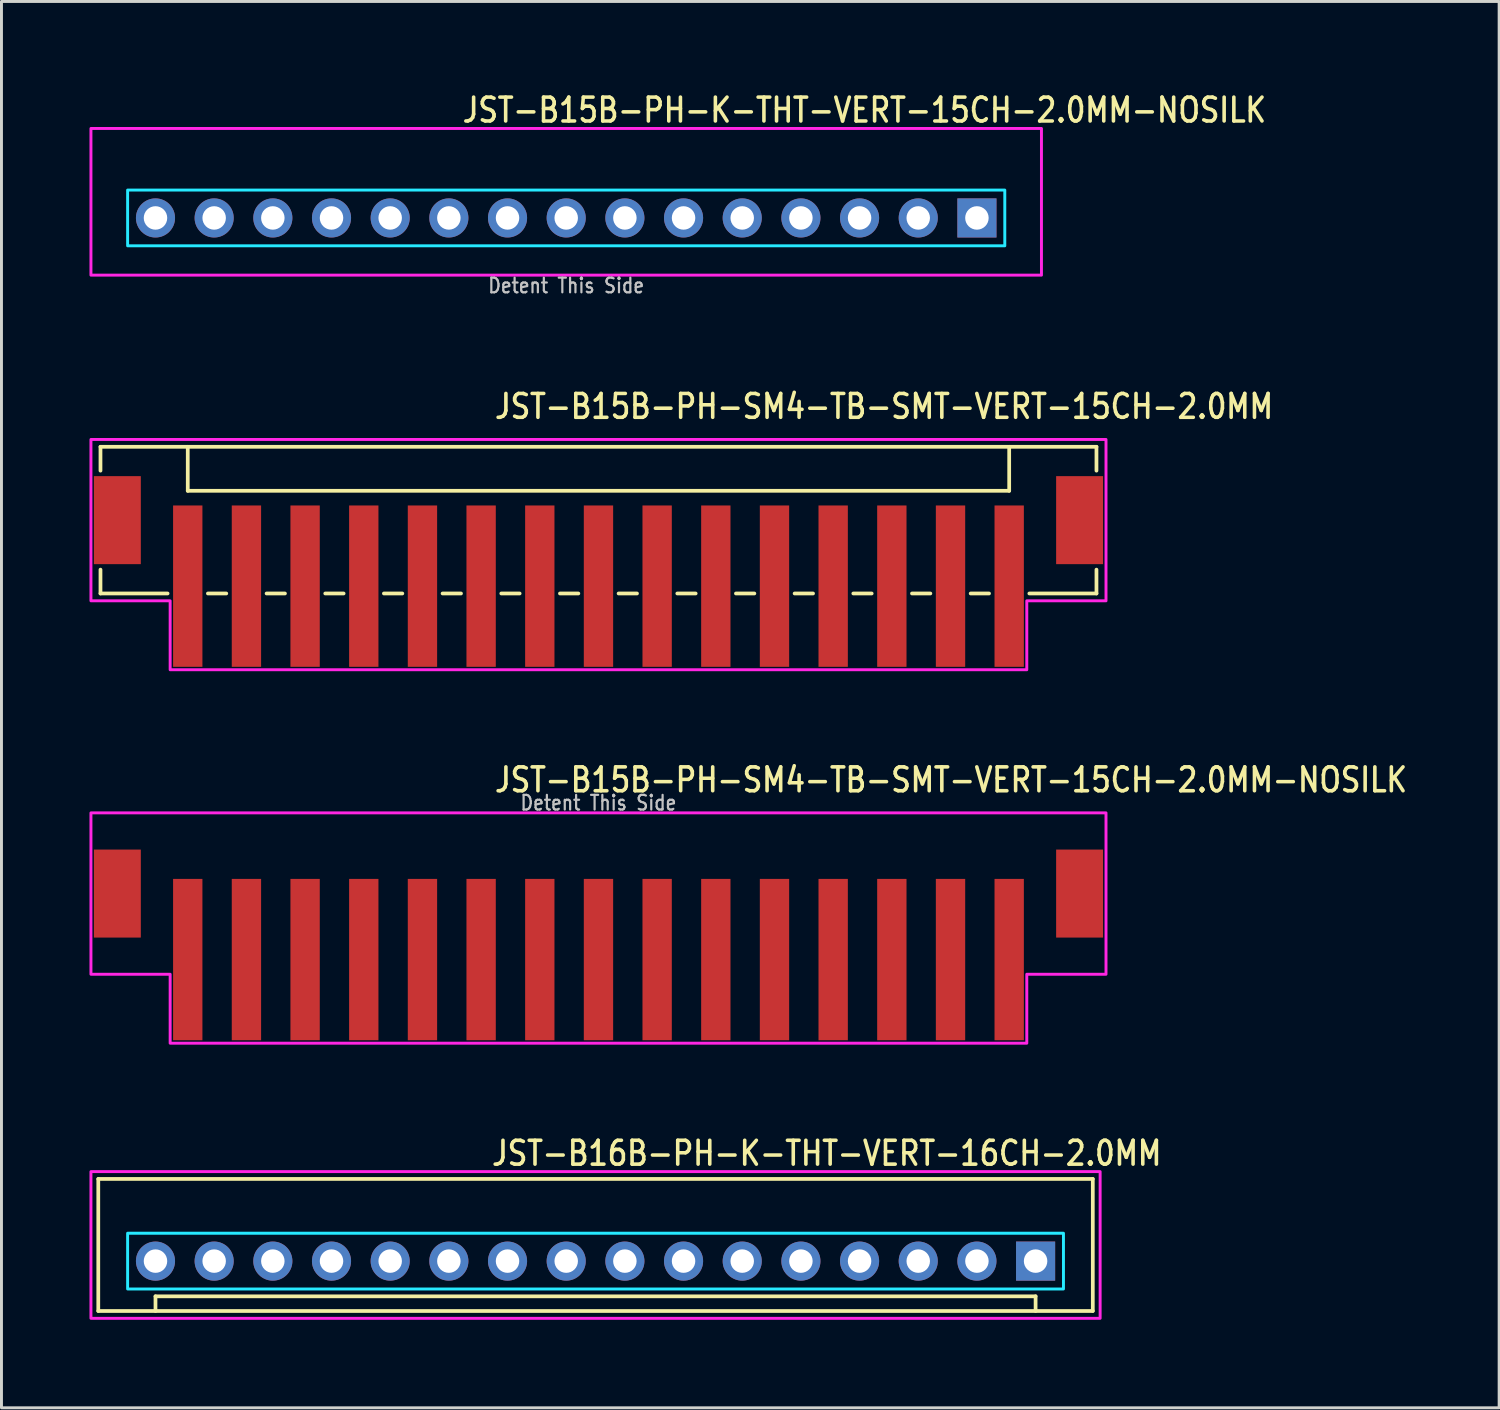
<source format=kicad_pcb>
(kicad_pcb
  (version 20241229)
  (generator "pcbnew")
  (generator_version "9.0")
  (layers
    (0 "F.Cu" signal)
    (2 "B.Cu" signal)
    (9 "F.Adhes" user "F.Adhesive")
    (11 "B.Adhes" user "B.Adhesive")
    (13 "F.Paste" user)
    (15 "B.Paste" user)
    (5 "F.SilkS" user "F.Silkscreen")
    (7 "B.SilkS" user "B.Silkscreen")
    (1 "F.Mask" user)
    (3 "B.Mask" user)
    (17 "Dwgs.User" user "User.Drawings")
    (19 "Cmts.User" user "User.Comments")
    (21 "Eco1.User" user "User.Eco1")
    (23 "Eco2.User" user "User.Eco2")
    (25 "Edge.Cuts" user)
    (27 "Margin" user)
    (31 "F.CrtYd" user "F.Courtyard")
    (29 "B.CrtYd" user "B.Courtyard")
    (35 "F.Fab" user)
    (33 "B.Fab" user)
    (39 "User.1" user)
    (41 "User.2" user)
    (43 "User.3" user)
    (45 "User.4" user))
  (footprint "JST-B15B-PH-K-THT-VERT-15CH-2.0MM-NOSILK"
    (layer "F.Cu")
    (at 16.25 4.379)
    (property "Reference" "JST-B15B-PH-K-THT-VERT-15CH-2.0MM-NOSILK" (at -3.6 -3.2 0) (unlocked yes) (layer "F.SilkS") (effects (font (size 0.813 0.695) (thickness 0.122)) (justify left bottom)))
    (fp_poly (pts (xy -14.95 -0.95) (xy -14.95 0.95) (xy 14.95 0.95) (xy 14.95 -0.95)) (stroke (width 0.1) (type solid)) (fill no) (layer "B.CrtYd"))
    (fp_poly (pts (xy -16.2 1.95) (xy -16.2 -3.05) (xy 16.2 -3.05) (xy 16.2 1.95)) (stroke (width 0.1) (type solid)) (fill no) (layer "F.CrtYd"))
    (fp_text user "Detent This Side" (at 0 2.6 0) (unlocked yes) (layer "Dwgs.User") (effects (font (size 0.5 0.427) (thickness 0.075)) (justify bottom)))
    (pad "P$1" thru_hole rect (at 14 0) (size 1.333 1.333) (drill 0.8) (layers "*.Cu" "*.Mask"))
    (pad "P$2" thru_hole oval (at 12 0) (size 1.333 1.333) (drill 0.8) (layers "*.Cu" "*.Mask"))
    (pad "P$3" thru_hole oval (at 10 0) (size 1.333 1.333) (drill 0.8) (layers "*.Cu" "*.Mask"))
    (pad "P$4" thru_hole oval (at 8 0) (size 1.333 1.333) (drill 0.8) (layers "*.Cu" "*.Mask"))
    (pad "P$5" thru_hole oval (at 6 0) (size 1.333 1.333) (drill 0.8) (layers "*.Cu" "*.Mask"))
    (pad "P$6" thru_hole oval (at 4 0) (size 1.333 1.333) (drill 0.8) (layers "*.Cu" "*.Mask"))
    (pad "P$7" thru_hole oval (at 2 0) (size 1.333 1.333) (drill 0.8) (layers "*.Cu" "*.Mask"))
    (pad "P$8" thru_hole oval (at 0 0) (size 1.333 1.333) (drill 0.8) (layers "*.Cu" "*.Mask"))
    (pad "P$9" thru_hole oval (at -2 0) (size 1.333 1.333) (drill 0.8) (layers "*.Cu" "*.Mask"))
    (pad "P$10" thru_hole oval (at -4 0) (size 1.333 1.333) (drill 0.8) (layers "*.Cu" "*.Mask"))
    (pad "P$11" thru_hole oval (at -6 0) (size 1.333 1.333) (drill 0.8) (layers "*.Cu" "*.Mask"))
    (pad "P$12" thru_hole oval (at -8 0) (size 1.333 1.333) (drill 0.8) (layers "*.Cu" "*.Mask"))
    (pad "P$13" thru_hole oval (at -10 0) (size 1.333 1.333) (drill 0.8) (layers "*.Cu" "*.Mask"))
    (pad "P$14" thru_hole oval (at -12 0) (size 1.333 1.333) (drill 0.8) (layers "*.Cu" "*.Mask"))
    (pad "P$15" thru_hole oval (at -14 0) (size 1.333 1.333) (drill 0.8) (layers "*.Cu" "*.Mask")))
  (footprint "JST-B15B-PH-SM4-TB-SMT-VERT-15CH-2.0MM-NOSILK"
    (layer "F.Cu")
    (at 17.35 27.409)
    (property "Reference" "JST-B15B-PH-SM4-TB-SMT-VERT-15CH-2.0MM-NOSILK" (at -3.6 -3.4 0) (unlocked yes) (layer "F.SilkS") (effects (font (size 0.813 0.695) (thickness 0.122)) (justify left bottom)))
    (fp_poly (pts (xy -17.3 -2.75) (xy -17.3 2.75) (xy -14.6 2.75) (xy -14.6 5.1) (xy 14.6 5.1) (xy 14.6 2.75) (xy 17.3 2.75) (xy 17.3 -2.75)) (stroke (width 0.1) (type solid)) (fill no) (layer "F.CrtYd"))
    (fp_text user "Detent This Side" (at 0 -2.8 0) (unlocked yes) (layer "Dwgs.User") (effects (font (size 0.5 0.427) (thickness 0.075)) (justify bottom)))
    (pad "P$1" smd rect (at -14 2.25) (size 1 5.5) (layers "F.Cu" "F.Mask" "F.Paste"))
    (pad "P$2" smd rect (at -12 2.25) (size 1 5.5) (layers "F.Cu" "F.Mask" "F.Paste"))
    (pad "P$3" smd rect (at -10 2.25) (size 1 5.5) (layers "F.Cu" "F.Mask" "F.Paste"))
    (pad "P$4" smd rect (at -8 2.25) (size 1 5.5) (layers "F.Cu" "F.Mask" "F.Paste"))
    (pad "P$5" smd rect (at -6 2.25) (size 1 5.5) (layers "F.Cu" "F.Mask" "F.Paste"))
    (pad "P$6" smd rect (at -4 2.25) (size 1 5.5) (layers "F.Cu" "F.Mask" "F.Paste"))
    (pad "P$7" smd rect (at -2 2.25) (size 1 5.5) (layers "F.Cu" "F.Mask" "F.Paste"))
    (pad "P$8" smd rect (at 0 2.25) (size 1 5.5) (layers "F.Cu" "F.Mask" "F.Paste"))
    (pad "P$9" smd rect (at 2 2.25) (size 1 5.5) (layers "F.Cu" "F.Mask" "F.Paste"))
    (pad "P$10" smd rect (at 4 2.25) (size 1 5.5) (layers "F.Cu" "F.Mask" "F.Paste"))
    (pad "P$11" smd rect (at 6 2.25) (size 1 5.5) (layers "F.Cu" "F.Mask" "F.Paste"))
    (pad "P$12" smd rect (at 8 2.25) (size 1 5.5) (layers "F.Cu" "F.Mask" "F.Paste"))
    (pad "P$13" smd rect (at 10 2.25) (size 1 5.5) (layers "F.Cu" "F.Mask" "F.Paste"))
    (pad "P$14" smd rect (at 12 2.25) (size 1 5.5) (layers "F.Cu" "F.Mask" "F.Paste"))
    (pad "P$15" smd rect (at 14 2.25) (size 1 5.5) (layers "F.Cu" "F.Mask" "F.Paste"))
    (pad "S$1" smd rect (at -16.4 0) (size 1.6 3) (layers "F.Cu" "F.Mask" "F.Paste"))
    (pad "S$2" smd rect (at 16.4 0) (size 1.6 3) (layers "F.Cu" "F.Mask" "F.Paste")))
  (footprint "JST-B16B-PH-K-THT-VERT-16CH-2.0MM"
    (layer "F.Cu")
    (at 17.25 39.937)
    (property "Reference" "JST-B16B-PH-K-THT-VERT-16CH-2.0MM" (at -3.6 -3.2 0) (unlocked yes) (layer "F.SilkS") (effects (font (size 0.813 0.695) (thickness 0.122)) (justify left bottom)))
    (fp_line (start -16.95 -2.8) (end -16.95 1.7) (stroke (width 0.127) (type solid)) (layer "F.SilkS"))
    (fp_line (start -16.95 -2.8) (end 16.95 -2.8) (stroke (width 0.127) (type solid)) (layer "F.SilkS"))
    (fp_line (start -16.95 1.7) (end 16.95 1.7) (stroke (width 0.127) (type solid)) (layer "F.SilkS"))
    (fp_line (start -15 1.7) (end -15 1.2) (stroke (width 0.127) (type solid)) (layer "F.SilkS"))
    (fp_line (start 15 1.2) (end -15 1.2) (stroke (width 0.127) (type solid)) (layer "F.SilkS"))
    (fp_line (start 15 1.7) (end 15 1.2) (stroke (width 0.127) (type solid)) (layer "F.SilkS"))
    (fp_line (start 16.95 1.7) (end 16.95 -2.8) (stroke (width 0.127) (type solid)) (layer "F.SilkS"))
    (fp_poly (pts (xy -15.95 -0.95) (xy -15.95 0.95) (xy 15.95 0.95) (xy 15.95 -0.95)) (stroke (width 0.1) (type solid)) (fill no) (layer "B.CrtYd"))
    (fp_poly (pts (xy -17.2 1.95) (xy -17.2 -3.05) (xy 17.2 -3.05) (xy 17.2 1.95)) (stroke (width 0.1) (type solid)) (fill no) (layer "F.CrtYd"))
    (pad "P$1" thru_hole rect (at 15 0) (size 1.333 1.333) (drill 0.8) (layers "*.Cu" "*.Mask"))
    (pad "P$2" thru_hole oval (at 13 0) (size 1.333 1.333) (drill 0.8) (layers "*.Cu" "*.Mask"))
    (pad "P$3" thru_hole oval (at 11 0) (size 1.333 1.333) (drill 0.8) (layers "*.Cu" "*.Mask"))
    (pad "P$4" thru_hole oval (at 9 0) (size 1.333 1.333) (drill 0.8) (layers "*.Cu" "*.Mask"))
    (pad "P$5" thru_hole oval (at 7 0) (size 1.333 1.333) (drill 0.8) (layers "*.Cu" "*.Mask"))
    (pad "P$6" thru_hole oval (at 5 0) (size 1.333 1.333) (drill 0.8) (layers "*.Cu" "*.Mask"))
    (pad "P$7" thru_hole oval (at 3 0) (size 1.333 1.333) (drill 0.8) (layers "*.Cu" "*.Mask"))
    (pad "P$8" thru_hole oval (at 1 0) (size 1.333 1.333) (drill 0.8) (layers "*.Cu" "*.Mask"))
    (pad "P$9" thru_hole oval (at -1 0) (size 1.333 1.333) (drill 0.8) (layers "*.Cu" "*.Mask"))
    (pad "P$10" thru_hole oval (at -3 0) (size 1.333 1.333) (drill 0.8) (layers "*.Cu" "*.Mask"))
    (pad "P$11" thru_hole oval (at -5 0) (size 1.333 1.333) (drill 0.8) (layers "*.Cu" "*.Mask"))
    (pad "P$12" thru_hole oval (at -7 0) (size 1.333 1.333) (drill 0.8) (layers "*.Cu" "*.Mask"))
    (pad "P$13" thru_hole oval (at -9 0) (size 1.333 1.333) (drill 0.8) (layers "*.Cu" "*.Mask"))
    (pad "P$14" thru_hole oval (at -11 0) (size 1.333 1.333) (drill 0.8) (layers "*.Cu" "*.Mask"))
    (pad "P$15" thru_hole oval (at -13 0) (size 1.333 1.333) (drill 0.8) (layers "*.Cu" "*.Mask"))
    (pad "P$16" thru_hole oval (at -15 0) (size 1.333 1.333) (drill 0.8) (layers "*.Cu" "*.Mask")))
  (footprint "JST-B15B-PH-SM4-TB-SMT-VERT-15CH-2.0MM"
    (layer "F.Cu")
    (at 17.35 14.68)
    (property "Reference" "JST-B15B-PH-SM4-TB-SMT-VERT-15CH-2.0MM" (at -3.6 -3.4 0) (unlocked yes) (layer "F.SilkS") (effects (font (size 0.813 0.695) (thickness 0.122)) (justify left bottom)))
    (fp_line (start -16.975 -2.5) (end -16.975 -1.687) (stroke (width 0.127) (type solid)) (layer "F.SilkS"))
    (fp_line (start -16.975 -2.5) (end 16.975 -2.5) (stroke (width 0.127) (type solid)) (layer "F.SilkS"))
    (fp_line (start -16.975 2.5) (end -16.975 1.687) (stroke (width 0.127) (type solid)) (layer "F.SilkS"))
    (fp_line (start -16.975 2.5) (end -14.687 2.5) (stroke (width 0.127) (type solid)) (layer "F.SilkS"))
    (fp_line (start -14 -2.5) (end -14 -1) (stroke (width 0.127) (type solid)) (layer "F.SilkS"))
    (fp_line (start -14 -1) (end 14 -1) (stroke (width 0.127) (type solid)) (layer "F.SilkS"))
    (fp_line (start -13.313 2.5) (end -12.687 2.5) (stroke (width 0.127) (type solid)) (layer "F.SilkS"))
    (fp_line (start -11.313 2.5) (end -10.687 2.5) (stroke (width 0.127) (type solid)) (layer "F.SilkS"))
    (fp_line (start -9.313 2.5) (end -8.687 2.5) (stroke (width 0.127) (type solid)) (layer "F.SilkS"))
    (fp_line (start -7.314 2.5) (end -6.686 2.5) (stroke (width 0.127) (type solid)) (layer "F.SilkS"))
    (fp_line (start -5.314 2.5) (end -4.686 2.5) (stroke (width 0.127) (type solid)) (layer "F.SilkS"))
    (fp_line (start -3.313 2.5) (end -2.687 2.5) (stroke (width 0.127) (type solid)) (layer "F.SilkS"))
    (fp_line (start -1.313 2.5) (end -0.686 2.5) (stroke (width 0.127) (type solid)) (layer "F.SilkS"))
    (fp_line (start 0.686 2.5) (end 1.313 2.5) (stroke (width 0.127) (type solid)) (layer "F.SilkS"))
    (fp_line (start 2.687 2.5) (end 3.313 2.5) (stroke (width 0.127) (type solid)) (layer "F.SilkS"))
    (fp_line (start 4.686 2.5) (end 5.314 2.5) (stroke (width 0.127) (type solid)) (layer "F.SilkS"))
    (fp_line (start 6.686 2.5) (end 7.314 2.5) (stroke (width 0.127) (type solid)) (layer "F.SilkS"))
    (fp_line (start 8.687 2.5) (end 9.313 2.5) (stroke (width 0.127) (type solid)) (layer "F.SilkS"))
    (fp_line (start 10.687 2.5) (end 11.313 2.5) (stroke (width 0.127) (type solid)) (layer "F.SilkS"))
    (fp_line (start 12.687 2.5) (end 13.313 2.5) (stroke (width 0.127) (type solid)) (layer "F.SilkS"))
    (fp_line (start 14 -1) (end 14 -2.5) (stroke (width 0.127) (type solid)) (layer "F.SilkS"))
    (fp_line (start 14.687 2.5) (end 16.975 2.5) (stroke (width 0.127) (type solid)) (layer "F.SilkS"))
    (fp_line (start 16.975 -1.687) (end 16.975 -2.5) (stroke (width 0.127) (type solid)) (layer "F.SilkS"))
    (fp_line (start 16.975 1.687) (end 16.975 2.5) (stroke (width 0.127) (type solid)) (layer "F.SilkS"))
    (fp_poly (pts (xy -17.3 -2.75) (xy -17.3 2.75) (xy -14.6 2.75) (xy -14.6 5.1) (xy 14.6 5.1) (xy 14.6 2.75) (xy 17.3 2.75) (xy 17.3 -2.75)) (stroke (width 0.1) (type solid)) (fill no) (layer "F.CrtYd"))
    (pad "P$1" smd rect (at -14 2.25) (size 1 5.5) (layers "F.Cu" "F.Mask" "F.Paste"))
    (pad "P$2" smd rect (at -12 2.25) (size 1 5.5) (layers "F.Cu" "F.Mask" "F.Paste"))
    (pad "P$3" smd rect (at -10 2.25) (size 1 5.5) (layers "F.Cu" "F.Mask" "F.Paste"))
    (pad "P$4" smd rect (at -8 2.25) (size 1 5.5) (layers "F.Cu" "F.Mask" "F.Paste"))
    (pad "P$5" smd rect (at -6 2.25) (size 1 5.5) (layers "F.Cu" "F.Mask" "F.Paste"))
    (pad "P$6" smd rect (at -4 2.25) (size 1 5.5) (layers "F.Cu" "F.Mask" "F.Paste"))
    (pad "P$7" smd rect (at -2 2.25) (size 1 5.5) (layers "F.Cu" "F.Mask" "F.Paste"))
    (pad "P$8" smd rect (at 0 2.25) (size 1 5.5) (layers "F.Cu" "F.Mask" "F.Paste"))
    (pad "P$9" smd rect (at 2 2.25) (size 1 5.5) (layers "F.Cu" "F.Mask" "F.Paste"))
    (pad "P$10" smd rect (at 4 2.25) (size 1 5.5) (layers "F.Cu" "F.Mask" "F.Paste"))
    (pad "P$11" smd rect (at 6 2.25) (size 1 5.5) (layers "F.Cu" "F.Mask" "F.Paste"))
    (pad "P$12" smd rect (at 8 2.25) (size 1 5.5) (layers "F.Cu" "F.Mask" "F.Paste"))
    (pad "P$13" smd rect (at 10 2.25) (size 1 5.5) (layers "F.Cu" "F.Mask" "F.Paste"))
    (pad "P$14" smd rect (at 12 2.25) (size 1 5.5) (layers "F.Cu" "F.Mask" "F.Paste"))
    (pad "P$15" smd rect (at 14 2.25) (size 1 5.5) (layers "F.Cu" "F.Mask" "F.Paste"))
    (pad "S$1" smd rect (at -16.4 0) (size 1.6 3) (layers "F.Cu" "F.Mask" "F.Paste"))
    (pad "S$2" smd rect (at 16.4 0) (size 1.6 3) (layers "F.Cu" "F.Mask" "F.Paste")))
  (gr_rect
    (start -3 -3)
    (end 48.051 44.937)
    (stroke (width 0.1) (type default))
    (fill no)
    (layer "Edge.Cuts")))
</source>
